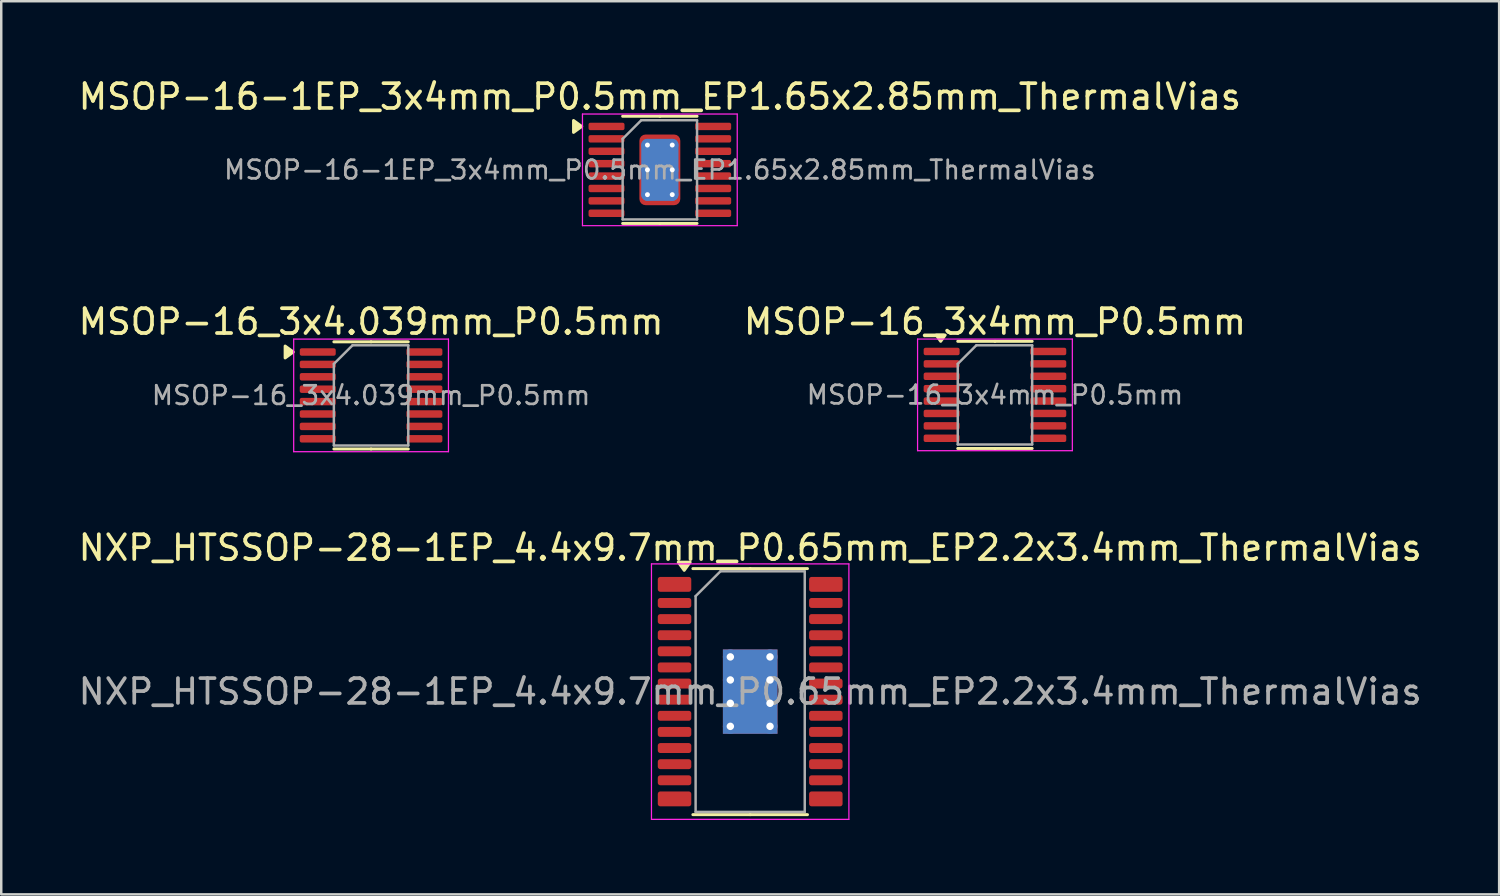
<source format=kicad_pcb>
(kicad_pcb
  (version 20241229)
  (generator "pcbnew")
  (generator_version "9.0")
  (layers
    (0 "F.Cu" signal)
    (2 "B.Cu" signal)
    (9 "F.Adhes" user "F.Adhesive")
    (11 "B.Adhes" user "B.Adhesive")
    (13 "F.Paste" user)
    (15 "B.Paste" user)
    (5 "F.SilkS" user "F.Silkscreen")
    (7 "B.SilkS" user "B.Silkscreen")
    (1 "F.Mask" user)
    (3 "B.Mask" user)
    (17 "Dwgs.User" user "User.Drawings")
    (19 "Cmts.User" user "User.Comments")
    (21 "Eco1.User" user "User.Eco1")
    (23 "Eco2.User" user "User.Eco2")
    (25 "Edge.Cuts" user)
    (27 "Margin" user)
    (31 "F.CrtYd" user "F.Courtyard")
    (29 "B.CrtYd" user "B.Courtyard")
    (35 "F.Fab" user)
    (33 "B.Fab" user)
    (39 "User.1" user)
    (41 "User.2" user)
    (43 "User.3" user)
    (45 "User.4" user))
  (footprint "MSOP-16_3x4mm_P0.5mm"
    (layer "F.Cu")
    (at 37.065 12.871)
    (property "Reference" "MSOP-16_3x4mm_P0.5mm" (at 0 -2.95 0) (layer "F.SilkS") (effects (font (size 1 1) (thickness 0.15))))
    (attr smd)
    (fp_line (start 0 -2.16) (end -1.5 -2.16) (stroke (width 0.12) (type solid)) (layer "F.SilkS"))
    (fp_line (start 0 -2.16) (end 1.5 -2.16) (stroke (width 0.12) (type solid)) (layer "F.SilkS"))
    (fp_line (start 0 2.16) (end -1.5 2.16) (stroke (width 0.12) (type solid)) (layer "F.SilkS"))
    (fp_line (start 0 2.16) (end 1.5 2.16) (stroke (width 0.12) (type solid)) (layer "F.SilkS"))
    (fp_poly (pts (xy -2.188 -2.16) (xy -2.368 -2.412) (xy -2.007 -2.412) (xy -2.188 -2.16)) (stroke (width 0.12) (type solid)) (fill yes) (layer "F.SilkS"))
    (fp_line (start -3.12 -2.25) (end -3.12 2.25) (stroke (width 0.05) (type solid)) (layer "F.CrtYd"))
    (fp_line (start -3.12 2.25) (end 3.12 2.25) (stroke (width 0.05) (type solid)) (layer "F.CrtYd"))
    (fp_line (start 3.12 -2.25) (end -3.12 -2.25) (stroke (width 0.05) (type solid)) (layer "F.CrtYd"))
    (fp_line (start 3.12 2.25) (end 3.12 -2.25) (stroke (width 0.05) (type solid)) (layer "F.CrtYd"))
    (fp_line (start -1.5 -1.25) (end -0.75 -2) (stroke (width 0.1) (type solid)) (layer "F.Fab"))
    (fp_line (start -1.5 2) (end -1.5 -1.25) (stroke (width 0.1) (type solid)) (layer "F.Fab"))
    (fp_line (start -0.75 -2) (end 1.5 -2) (stroke (width 0.1) (type solid)) (layer "F.Fab"))
    (fp_line (start 1.5 -2) (end 1.5 2) (stroke (width 0.1) (type solid)) (layer "F.Fab"))
    (fp_line (start 1.5 2) (end -1.5 2) (stroke (width 0.1) (type solid)) (layer "F.Fab"))
    (fp_text user "${REFERENCE}" (at 0 0 0) (layer "F.Fab") (effects (font (size 0.75 0.75) (thickness 0.11))))
    (pad "1" smd roundrect (at -2.15 -1.75) (size 1.45 0.3) (layers "F.Cu" "F.Mask" "F.Paste") (roundrect_rratio 0.25))
    (pad "2" smd roundrect (at -2.15 -1.25) (size 1.45 0.3) (layers "F.Cu" "F.Mask" "F.Paste") (roundrect_rratio 0.25))
    (pad "3" smd roundrect (at -2.15 -0.75) (size 1.45 0.3) (layers "F.Cu" "F.Mask" "F.Paste") (roundrect_rratio 0.25))
    (pad "4" smd roundrect (at -2.15 -0.25) (size 1.45 0.3) (layers "F.Cu" "F.Mask" "F.Paste") (roundrect_rratio 0.25))
    (pad "5" smd roundrect (at -2.15 0.25) (size 1.45 0.3) (layers "F.Cu" "F.Mask" "F.Paste") (roundrect_rratio 0.25))
    (pad "6" smd roundrect (at -2.15 0.75) (size 1.45 0.3) (layers "F.Cu" "F.Mask" "F.Paste") (roundrect_rratio 0.25))
    (pad "7" smd roundrect (at -2.15 1.25) (size 1.45 0.3) (layers "F.Cu" "F.Mask" "F.Paste") (roundrect_rratio 0.25))
    (pad "8" smd roundrect (at -2.15 1.75) (size 1.45 0.3) (layers "F.Cu" "F.Mask" "F.Paste") (roundrect_rratio 0.25))
    (pad "9" smd roundrect (at 2.15 1.75) (size 1.45 0.3) (layers "F.Cu" "F.Mask" "F.Paste") (roundrect_rratio 0.25))
    (pad "10" smd roundrect (at 2.15 1.25) (size 1.45 0.3) (layers "F.Cu" "F.Mask" "F.Paste") (roundrect_rratio 0.25))
    (pad "11" smd roundrect (at 2.15 0.75) (size 1.45 0.3) (layers "F.Cu" "F.Mask" "F.Paste") (roundrect_rratio 0.25))
    (pad "12" smd roundrect (at 2.15 0.25) (size 1.45 0.3) (layers "F.Cu" "F.Mask" "F.Paste") (roundrect_rratio 0.25))
    (pad "13" smd roundrect (at 2.15 -0.25) (size 1.45 0.3) (layers "F.Cu" "F.Mask" "F.Paste") (roundrect_rratio 0.25))
    (pad "14" smd roundrect (at 2.15 -0.75) (size 1.45 0.3) (layers "F.Cu" "F.Mask" "F.Paste") (roundrect_rratio 0.25))
    (pad "15" smd roundrect (at 2.15 -1.25) (size 1.45 0.3) (layers "F.Cu" "F.Mask" "F.Paste") (roundrect_rratio 0.25))
    (pad "16" smd roundrect (at 2.15 -1.75) (size 1.45 0.3) (layers "F.Cu" "F.Mask" "F.Paste") (roundrect_rratio 0.25)))
  (footprint "MSOP-16_3x4.039mm_P0.5mm"
    (layer "F.Cu")
    (at 11.911 12.892)
    (property "Reference" "MSOP-16_3x4.039mm_P0.5mm" (at 0 -2.97 0) (layer "F.SilkS") (effects (font (size 1 1) (thickness 0.15))))
    (attr smd)
    (fp_line (start 0 -2.16) (end -1.5 -2.16) (stroke (width 0.12) (type solid)) (layer "F.SilkS"))
    (fp_line (start 0 -2.16) (end 1.5 -2.16) (stroke (width 0.12) (type solid)) (layer "F.SilkS"))
    (fp_line (start 0 2.16) (end -1.5 2.16) (stroke (width 0.12) (type solid)) (layer "F.SilkS"))
    (fp_line (start 0 2.16) (end 1.5 2.16) (stroke (width 0.12) (type solid)) (layer "F.SilkS"))
    (fp_poly (pts (xy -3.135 -1.75) (xy -3.465 -1.51) (xy -3.465 -1.99) (xy -3.135 -1.75)) (stroke (width 0.12) (type solid)) (fill yes) (layer "F.SilkS"))
    (fp_line (start -3.12 -2.27) (end -3.12 2.27) (stroke (width 0.05) (type solid)) (layer "F.CrtYd"))
    (fp_line (start -3.12 2.27) (end 3.12 2.27) (stroke (width 0.05) (type solid)) (layer "F.CrtYd"))
    (fp_line (start 3.12 -2.27) (end -3.12 -2.27) (stroke (width 0.05) (type solid)) (layer "F.CrtYd"))
    (fp_line (start 3.12 2.27) (end 3.12 -2.27) (stroke (width 0.05) (type solid)) (layer "F.CrtYd"))
    (fp_line (start -1.5 -1.27) (end -0.75 -2.019) (stroke (width 0.1) (type solid)) (layer "F.Fab"))
    (fp_line (start -1.5 2.019) (end -1.5 -1.27) (stroke (width 0.1) (type solid)) (layer "F.Fab"))
    (fp_line (start -0.75 -2.019) (end 1.5 -2.019) (stroke (width 0.1) (type solid)) (layer "F.Fab"))
    (fp_line (start 1.5 -2.019) (end 1.5 2.019) (stroke (width 0.1) (type solid)) (layer "F.Fab"))
    (fp_line (start 1.5 2.019) (end -1.5 2.019) (stroke (width 0.1) (type solid)) (layer "F.Fab"))
    (fp_text user "${REFERENCE}" (at 0 0 0) (layer "F.Fab") (effects (font (size 0.75 0.75) (thickness 0.11))))
    (pad "1" smd roundrect (at -2.15 -1.75) (size 1.45 0.3) (layers "F.Cu" "F.Mask" "F.Paste") (roundrect_rratio 0.25))
    (pad "2" smd roundrect (at -2.15 -1.25) (size 1.45 0.3) (layers "F.Cu" "F.Mask" "F.Paste") (roundrect_rratio 0.25))
    (pad "3" smd roundrect (at -2.15 -0.75) (size 1.45 0.3) (layers "F.Cu" "F.Mask" "F.Paste") (roundrect_rratio 0.25))
    (pad "4" smd roundrect (at -2.15 -0.25) (size 1.45 0.3) (layers "F.Cu" "F.Mask" "F.Paste") (roundrect_rratio 0.25))
    (pad "5" smd roundrect (at -2.15 0.25) (size 1.45 0.3) (layers "F.Cu" "F.Mask" "F.Paste") (roundrect_rratio 0.25))
    (pad "6" smd roundrect (at -2.15 0.75) (size 1.45 0.3) (layers "F.Cu" "F.Mask" "F.Paste") (roundrect_rratio 0.25))
    (pad "7" smd roundrect (at -2.15 1.25) (size 1.45 0.3) (layers "F.Cu" "F.Mask" "F.Paste") (roundrect_rratio 0.25))
    (pad "8" smd roundrect (at -2.15 1.75) (size 1.45 0.3) (layers "F.Cu" "F.Mask" "F.Paste") (roundrect_rratio 0.25))
    (pad "9" smd roundrect (at 2.15 1.75) (size 1.45 0.3) (layers "F.Cu" "F.Mask" "F.Paste") (roundrect_rratio 0.25))
    (pad "10" smd roundrect (at 2.15 1.25) (size 1.45 0.3) (layers "F.Cu" "F.Mask" "F.Paste") (roundrect_rratio 0.25))
    (pad "11" smd roundrect (at 2.15 0.75) (size 1.45 0.3) (layers "F.Cu" "F.Mask" "F.Paste") (roundrect_rratio 0.25))
    (pad "12" smd roundrect (at 2.15 0.25) (size 1.45 0.3) (layers "F.Cu" "F.Mask" "F.Paste") (roundrect_rratio 0.25))
    (pad "13" smd roundrect (at 2.15 -0.25) (size 1.45 0.3) (layers "F.Cu" "F.Mask" "F.Paste") (roundrect_rratio 0.25))
    (pad "14" smd roundrect (at 2.15 -0.75) (size 1.45 0.3) (layers "F.Cu" "F.Mask" "F.Paste") (roundrect_rratio 0.25))
    (pad "15" smd roundrect (at 2.15 -1.25) (size 1.45 0.3) (layers "F.Cu" "F.Mask" "F.Paste") (roundrect_rratio 0.25))
    (pad "16" smd roundrect (at 2.15 -1.75) (size 1.45 0.3) (layers "F.Cu" "F.Mask" "F.Paste") (roundrect_rratio 0.25)))
  (footprint "NXP_HTSSOP-28-1EP_4.4x9.7mm_P0.65mm_EP2.2x3.4mm_ThermalVias"
    (layer "F.Cu")
    (at 27.196 24.835)
    (property "Reference" "NXP_HTSSOP-28-1EP_4.4x9.7mm_P0.65mm_EP2.2x3.4mm_ThermalVias" (at 0 -5.8 0) (layer "F.SilkS") (effects (font (size 1 1) (thickness 0.15))))
    (attr smd)
    (fp_line (start 0 -4.96) (end -2.31 -4.96) (stroke (width 0.12) (type solid)) (layer "F.SilkS"))
    (fp_line (start 0 -4.96) (end 2.31 -4.96) (stroke (width 0.12) (type solid)) (layer "F.SilkS"))
    (fp_line (start 0 4.96) (end -2.31 4.96) (stroke (width 0.12) (type solid)) (layer "F.SilkS"))
    (fp_line (start 0 4.96) (end 2.31 4.96) (stroke (width 0.12) (type solid)) (layer "F.SilkS"))
    (fp_poly (pts (xy -2.66 -4.89) (xy -2.42 -5.22) (xy -2.9 -5.22) (xy -2.66 -4.89)) (stroke (width 0.12) (type solid)) (fill yes) (layer "F.SilkS"))
    (fp_line (start -3.98 -5.15) (end -3.98 5.15) (stroke (width 0.05) (type solid)) (layer "F.CrtYd"))
    (fp_line (start -3.98 5.15) (end 3.98 5.15) (stroke (width 0.05) (type solid)) (layer "F.CrtYd"))
    (fp_line (start 3.98 -5.15) (end -3.98 -5.15) (stroke (width 0.05) (type solid)) (layer "F.CrtYd"))
    (fp_line (start 3.98 5.15) (end 3.98 -5.15) (stroke (width 0.05) (type solid)) (layer "F.CrtYd"))
    (fp_line (start -2.2 -3.85) (end -1.2 -4.85) (stroke (width 0.1) (type solid)) (layer "F.Fab"))
    (fp_line (start -2.2 4.85) (end -2.2 -3.85) (stroke (width 0.1) (type solid)) (layer "F.Fab"))
    (fp_line (start -1.2 -4.85) (end 2.2 -4.85) (stroke (width 0.1) (type solid)) (layer "F.Fab"))
    (fp_line (start 2.2 -4.85) (end 2.2 4.85) (stroke (width 0.1) (type solid)) (layer "F.Fab"))
    (fp_line (start 2.2 4.85) (end -2.2 4.85) (stroke (width 0.1) (type solid)) (layer "F.Fab"))
    (fp_text user "${REFERENCE}" (at 0 0 0) (layer "F.Fab") (effects (font (size 1 1) (thickness 0.15))))
    (pad "" smd roundrect (at -0.7 -1.23) (size 0.6 0.7) (layers "F.Paste") (roundrect_rratio 0.25))
    (pad "" smd roundrect (at -0.7 -0.41) (size 0.6 0.7) (layers "F.Paste") (roundrect_rratio 0.25))
    (pad "" smd roundrect (at -0.7 0.41) (size 0.6 0.7) (layers "F.Paste") (roundrect_rratio 0.25))
    (pad "" smd roundrect (at -0.7 1.23) (size 0.6 0.7) (layers "F.Paste") (roundrect_rratio 0.25))
    (pad "" smd roundrect (at 0 -1.23) (size 0.6 0.7) (layers "F.Paste") (roundrect_rratio 0.25))
    (pad "" smd roundrect (at 0 -0.41) (size 0.6 0.7) (layers "F.Paste") (roundrect_rratio 0.25))
    (pad "" smd roundrect (at 0 0.41) (size 0.6 0.7) (layers "F.Paste") (roundrect_rratio 0.25))
    (pad "" smd roundrect (at 0 1.23) (size 0.6 0.7) (layers "F.Paste") (roundrect_rratio 0.25))
    (pad "" smd roundrect (at 0.7 -1.23) (size 0.6 0.7) (layers "F.Paste") (roundrect_rratio 0.25))
    (pad "" smd roundrect (at 0.7 -0.41) (size 0.6 0.7) (layers "F.Paste") (roundrect_rratio 0.25))
    (pad "" smd roundrect (at 0.7 0.41) (size 0.6 0.7) (layers "F.Paste") (roundrect_rratio 0.25))
    (pad "" smd roundrect (at 0.7 1.23) (size 0.6 0.7) (layers "F.Paste") (roundrect_rratio 0.25))
    (pad "1" smd roundrect (at -3.05 -4.325) (size 1.35 0.6) (layers "F.Cu" "F.Mask" "F.Paste") (roundrect_rratio 0.167))
    (pad "2" smd roundrect (at -3.05 -3.575) (size 1.35 0.4) (layers "F.Cu" "F.Mask" "F.Paste") (roundrect_rratio 0.25))
    (pad "3" smd roundrect (at -3.05 -2.925) (size 1.35 0.4) (layers "F.Cu" "F.Mask" "F.Paste") (roundrect_rratio 0.25))
    (pad "4" smd roundrect (at -3.05 -2.275) (size 1.35 0.4) (layers "F.Cu" "F.Mask" "F.Paste") (roundrect_rratio 0.25))
    (pad "5" smd roundrect (at -3.05 -1.625) (size 1.35 0.4) (layers "F.Cu" "F.Mask" "F.Paste") (roundrect_rratio 0.25))
    (pad "6" smd roundrect (at -3.05 -0.975) (size 1.35 0.4) (layers "F.Cu" "F.Mask" "F.Paste") (roundrect_rratio 0.25))
    (pad "7" smd roundrect (at -3.05 -0.325) (size 1.35 0.4) (layers "F.Cu" "F.Mask" "F.Paste") (roundrect_rratio 0.25))
    (pad "8" smd roundrect (at -3.05 0.325) (size 1.35 0.4) (layers "F.Cu" "F.Mask" "F.Paste") (roundrect_rratio 0.25))
    (pad "9" smd roundrect (at -3.05 0.975) (size 1.35 0.4) (layers "F.Cu" "F.Mask" "F.Paste") (roundrect_rratio 0.25))
    (pad "10" smd roundrect (at -3.05 1.625) (size 1.35 0.4) (layers "F.Cu" "F.Mask" "F.Paste") (roundrect_rratio 0.25))
    (pad "11" smd roundrect (at -3.05 2.275) (size 1.35 0.4) (layers "F.Cu" "F.Mask" "F.Paste") (roundrect_rratio 0.25))
    (pad "12" smd roundrect (at -3.05 2.925) (size 1.35 0.4) (layers "F.Cu" "F.Mask" "F.Paste") (roundrect_rratio 0.25))
    (pad "13" smd roundrect (at -3.05 3.575) (size 1.35 0.4) (layers "F.Cu" "F.Mask" "F.Paste") (roundrect_rratio 0.25))
    (pad "14" smd roundrect (at -3.05 4.325) (size 1.35 0.6) (layers "F.Cu" "F.Mask" "F.Paste") (roundrect_rratio 0.167))
    (pad "15" smd roundrect (at 3.05 4.325) (size 1.35 0.6) (layers "F.Cu" "F.Mask" "F.Paste") (roundrect_rratio 0.167))
    (pad "16" smd roundrect (at 3.05 3.575) (size 1.35 0.4) (layers "F.Cu" "F.Mask" "F.Paste") (roundrect_rratio 0.25))
    (pad "17" smd roundrect (at 3.05 2.925) (size 1.35 0.4) (layers "F.Cu" "F.Mask" "F.Paste") (roundrect_rratio 0.25))
    (pad "18" smd roundrect (at 3.05 2.275) (size 1.35 0.4) (layers "F.Cu" "F.Mask" "F.Paste") (roundrect_rratio 0.25))
    (pad "19" smd roundrect (at 3.05 1.625) (size 1.35 0.4) (layers "F.Cu" "F.Mask" "F.Paste") (roundrect_rratio 0.25))
    (pad "20" smd roundrect (at 3.05 0.975) (size 1.35 0.4) (layers "F.Cu" "F.Mask" "F.Paste") (roundrect_rratio 0.25))
    (pad "21" smd roundrect (at 3.05 0.325) (size 1.35 0.4) (layers "F.Cu" "F.Mask" "F.Paste") (roundrect_rratio 0.25))
    (pad "22" smd roundrect (at 3.05 -0.325) (size 1.35 0.4) (layers "F.Cu" "F.Mask" "F.Paste") (roundrect_rratio 0.25))
    (pad "23" smd roundrect (at 3.05 -0.975) (size 1.35 0.4) (layers "F.Cu" "F.Mask" "F.Paste") (roundrect_rratio 0.25))
    (pad "24" smd roundrect (at 3.05 -1.625) (size 1.35 0.4) (layers "F.Cu" "F.Mask" "F.Paste") (roundrect_rratio 0.25))
    (pad "25" smd roundrect (at 3.05 -2.275) (size 1.35 0.4) (layers "F.Cu" "F.Mask" "F.Paste") (roundrect_rratio 0.25))
    (pad "26" smd roundrect (at 3.05 -2.925) (size 1.35 0.4) (layers "F.Cu" "F.Mask" "F.Paste") (roundrect_rratio 0.25))
    (pad "27" smd roundrect (at 3.05 -3.575) (size 1.35 0.4) (layers "F.Cu" "F.Mask" "F.Paste") (roundrect_rratio 0.25))
    (pad "28" smd roundrect (at 3.05 -4.325) (size 1.35 0.6) (layers "F.Cu" "F.Mask" "F.Paste") (roundrect_rratio 0.167))
    (pad "29" thru_hole circle (at -0.8 -1.4) (size 0.6 0.6) (drill 0.3) (layers "*.Cu"))
    (pad "29" thru_hole circle (at -0.8 -0.47) (size 0.6 0.6) (drill 0.3) (layers "*.Cu"))
    (pad "29" thru_hole circle (at -0.8 0.47) (size 0.6 0.6) (drill 0.3) (layers "*.Cu"))
    (pad "29" thru_hole circle (at -0.8 1.4) (size 0.6 0.6) (drill 0.3) (layers "*.Cu"))
    (pad "29" smd rect (at 0 0) (size 2.2 3.4) (layers "F.Cu" "F.Mask"))
    (pad "29" smd rect (at 0 0) (size 2.2 3.4) (layers "B.Cu"))
    (pad "29" thru_hole circle (at 0.8 -1.4) (size 0.6 0.6) (drill 0.3) (layers "*.Cu"))
    (pad "29" thru_hole circle (at 0.8 -0.47) (size 0.6 0.6) (drill 0.3) (layers "*.Cu"))
    (pad "29" thru_hole circle (at 0.8 0.47) (size 0.6 0.6) (drill 0.3) (layers "*.Cu"))
    (pad "29" thru_hole circle (at 0.8 1.4) (size 0.6 0.6) (drill 0.3) (layers "*.Cu")))
  (footprint "MSOP-16-1EP_3x4mm_P0.5mm_EP1.65x2.85mm_ThermalVias"
    (layer "F.Cu")
    (at 23.554 3.798)
    (property "Reference" "MSOP-16-1EP_3x4mm_P0.5mm_EP1.65x2.85mm_ThermalVias" (at 0 -2.95 0) (layer "F.SilkS") (effects (font (size 1 1) (thickness 0.15))))
    (attr smd)
    (fp_line (start -1.5 -2.16) (end 0 -2.16) (stroke (width 0.12) (type solid)) (layer "F.SilkS"))
    (fp_line (start 0 -2.16) (end 1.5 -2.16) (stroke (width 0.12) (type solid)) (layer "F.SilkS"))
    (fp_line (start 0 2.16) (end -1.5 2.16) (stroke (width 0.12) (type solid)) (layer "F.SilkS"))
    (fp_line (start 0 2.16) (end 1.5 2.16) (stroke (width 0.12) (type solid)) (layer "F.SilkS"))
    (fp_poly (pts (xy -3.15 -1.75) (xy -3.48 -1.99) (xy -3.48 -1.51) (xy -3.15 -1.75)) (stroke (width 0.12) (type solid)) (fill yes) (layer "F.SilkS"))
    (fp_line (start -3.12 -2.25) (end -3.12 2.25) (stroke (width 0.05) (type solid)) (layer "F.CrtYd"))
    (fp_line (start -3.12 2.25) (end 3.12 2.25) (stroke (width 0.05) (type solid)) (layer "F.CrtYd"))
    (fp_line (start 3.12 -2.25) (end -3.12 -2.25) (stroke (width 0.05) (type solid)) (layer "F.CrtYd"))
    (fp_line (start 3.12 2.25) (end 3.12 -2.25) (stroke (width 0.05) (type solid)) (layer "F.CrtYd"))
    (fp_line (start -1.5 -1.25) (end -0.75 -2) (stroke (width 0.1) (type solid)) (layer "F.Fab"))
    (fp_line (start -1.5 2) (end -1.5 -1.25) (stroke (width 0.1) (type solid)) (layer "F.Fab"))
    (fp_line (start -0.75 -2) (end 1.5 -2) (stroke (width 0.1) (type solid)) (layer "F.Fab"))
    (fp_line (start 1.5 -2) (end 1.5 2) (stroke (width 0.1) (type solid)) (layer "F.Fab"))
    (fp_line (start 1.5 2) (end -1.5 2) (stroke (width 0.1) (type solid)) (layer "F.Fab"))
    (fp_text user "${REFERENCE}" (at 0 0 0) (layer "F.Fab") (effects (font (size 0.75 0.75) (thickness 0.11))))
    (pad "" smd roundrect (at -0.41 -0.71) (size 0.69 1.19) (layers "F.Paste") (roundrect_rratio 0.25))
    (pad "" smd roundrect (at -0.41 0.71) (size 0.69 1.19) (layers "F.Paste") (roundrect_rratio 0.25))
    (pad "" smd roundrect (at 0.41 -0.71) (size 0.69 1.19) (layers "F.Paste") (roundrect_rratio 0.25))
    (pad "" smd roundrect (at 0.41 0.71) (size 0.69 1.19) (layers "F.Paste") (roundrect_rratio 0.25))
    (pad "1" smd roundrect (at -2.15 -1.75) (size 1.45 0.3) (layers "F.Cu" "F.Mask" "F.Paste") (roundrect_rratio 0.25))
    (pad "2" smd roundrect (at -2.15 -1.25) (size 1.45 0.3) (layers "F.Cu" "F.Mask" "F.Paste") (roundrect_rratio 0.25))
    (pad "3" smd roundrect (at -2.15 -0.75) (size 1.45 0.3) (layers "F.Cu" "F.Mask" "F.Paste") (roundrect_rratio 0.25))
    (pad "4" smd roundrect (at -2.15 -0.25) (size 1.45 0.3) (layers "F.Cu" "F.Mask" "F.Paste") (roundrect_rratio 0.25))
    (pad "5" smd roundrect (at -2.15 0.25) (size 1.45 0.3) (layers "F.Cu" "F.Mask" "F.Paste") (roundrect_rratio 0.25))
    (pad "6" smd roundrect (at -2.15 0.75) (size 1.45 0.3) (layers "F.Cu" "F.Mask" "F.Paste") (roundrect_rratio 0.25))
    (pad "7" smd roundrect (at -2.15 1.25) (size 1.45 0.3) (layers "F.Cu" "F.Mask" "F.Paste") (roundrect_rratio 0.25))
    (pad "8" smd roundrect (at -2.15 1.75) (size 1.45 0.3) (layers "F.Cu" "F.Mask" "F.Paste") (roundrect_rratio 0.25))
    (pad "9" smd roundrect (at 2.15 1.75) (size 1.45 0.3) (layers "F.Cu" "F.Mask" "F.Paste") (roundrect_rratio 0.25))
    (pad "10" smd roundrect (at 2.15 1.25) (size 1.45 0.3) (layers "F.Cu" "F.Mask" "F.Paste") (roundrect_rratio 0.25))
    (pad "11" smd roundrect (at 2.15 0.75) (size 1.45 0.3) (layers "F.Cu" "F.Mask" "F.Paste") (roundrect_rratio 0.25))
    (pad "12" smd roundrect (at 2.15 0.25) (size 1.45 0.3) (layers "F.Cu" "F.Mask" "F.Paste") (roundrect_rratio 0.25))
    (pad "13" smd roundrect (at 2.15 -0.25) (size 1.45 0.3) (layers "F.Cu" "F.Mask" "F.Paste") (roundrect_rratio 0.25))
    (pad "14" smd roundrect (at 2.15 -0.75) (size 1.45 0.3) (layers "F.Cu" "F.Mask" "F.Paste") (roundrect_rratio 0.25))
    (pad "15" smd roundrect (at 2.15 -1.25) (size 1.45 0.3) (layers "F.Cu" "F.Mask" "F.Paste") (roundrect_rratio 0.25))
    (pad "16" smd roundrect (at 2.15 -1.75) (size 1.45 0.3) (layers "F.Cu" "F.Mask" "F.Paste") (roundrect_rratio 0.25))
    (pad "17" thru_hole circle (at -0.5 -1) (size 0.5 0.5) (drill 0.2) (layers "*.Cu"))
    (pad "17" thru_hole circle (at -0.5 0) (size 0.5 0.5) (drill 0.2) (layers "*.Cu"))
    (pad "17" thru_hole circle (at -0.5 1) (size 0.5 0.5) (drill 0.2) (layers "*.Cu"))
    (pad "17" smd roundrect (at 0 0) (size 1.5 2.5) (layers "B.Cu") (roundrect_rratio 0.167))
    (pad "17" smd roundrect (at 0 0) (size 1.65 2.85) (layers "F.Cu" "F.Mask") (roundrect_rratio 0.152))
    (pad "17" thru_hole circle (at 0.5 -1) (size 0.5 0.5) (drill 0.2) (layers "*.Cu"))
    (pad "17" thru_hole circle (at 0.5 0) (size 0.5 0.5) (drill 0.2) (layers "*.Cu"))
    (pad "17" thru_hole circle (at 0.5 1) (size 0.5 0.5) (drill 0.2) (layers "*.Cu")))
  (gr_rect
    (start -3 -3)
    (end 57.393 33.01)
    (stroke (width 0.1) (type default))
    (fill no)
    (layer "Edge.Cuts")))
</source>
